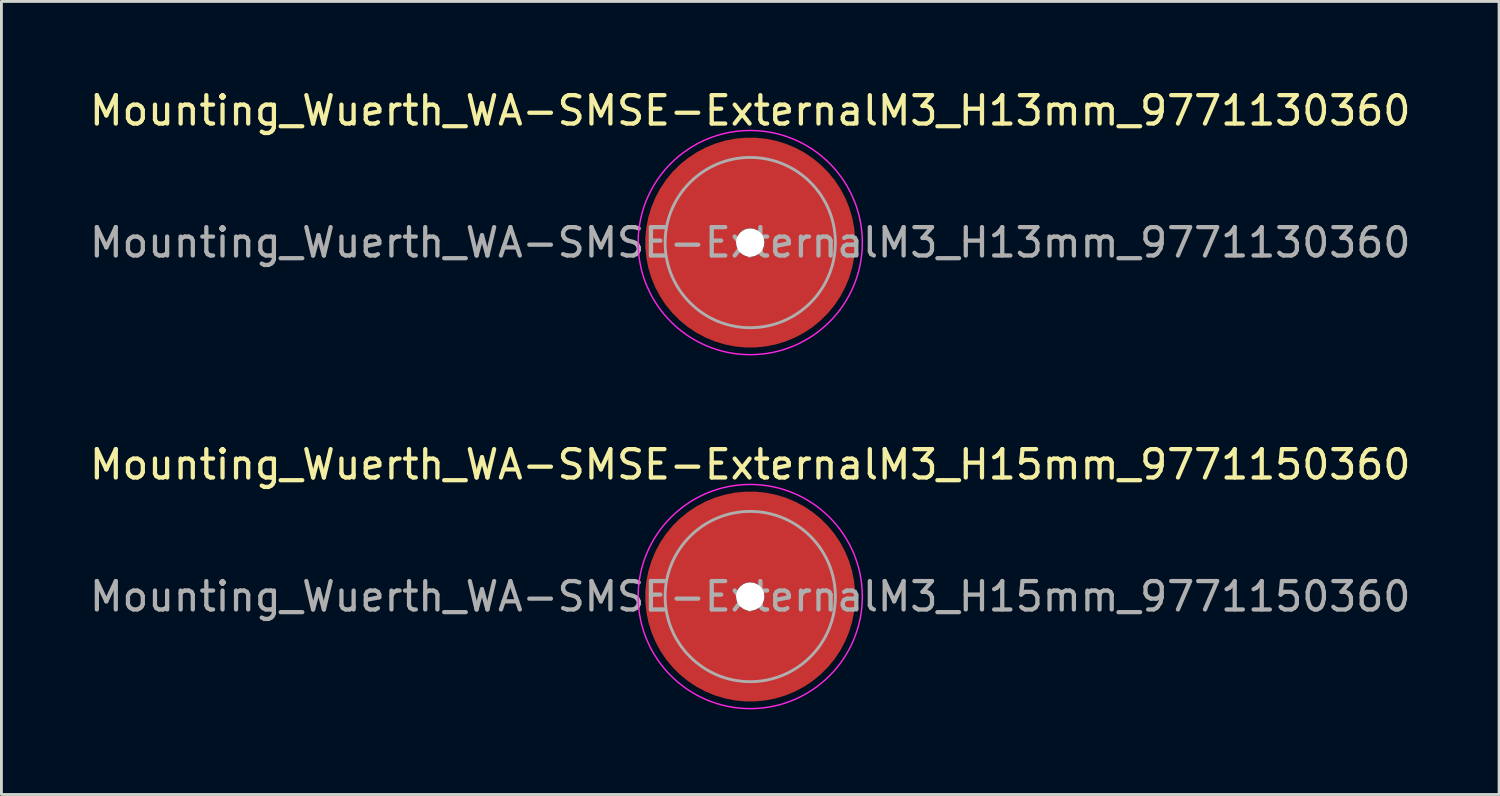
<source format=kicad_pcb>
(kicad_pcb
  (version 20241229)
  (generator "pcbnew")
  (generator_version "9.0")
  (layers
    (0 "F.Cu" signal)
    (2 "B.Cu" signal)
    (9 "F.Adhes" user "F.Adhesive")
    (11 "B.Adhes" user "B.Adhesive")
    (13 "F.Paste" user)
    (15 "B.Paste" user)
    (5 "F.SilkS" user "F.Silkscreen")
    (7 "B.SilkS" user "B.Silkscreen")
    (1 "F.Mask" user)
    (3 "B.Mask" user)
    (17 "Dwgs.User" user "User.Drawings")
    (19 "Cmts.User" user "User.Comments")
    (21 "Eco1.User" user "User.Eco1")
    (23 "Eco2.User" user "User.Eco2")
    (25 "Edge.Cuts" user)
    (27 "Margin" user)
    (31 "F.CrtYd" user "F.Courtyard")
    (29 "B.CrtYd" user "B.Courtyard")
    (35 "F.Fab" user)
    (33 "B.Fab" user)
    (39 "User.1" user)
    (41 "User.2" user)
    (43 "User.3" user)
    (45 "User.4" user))
  (footprint "Mounting_Wuerth_WA-SMSE-ExternalM3_H15mm_9771150360"
    (layer "F.Cu")
    (at 23.387 17.971)
    (property "Reference" "Mounting_Wuerth_WA-SMSE-ExternalM3_H15mm_9771150360" (at 0 -4.65 0) (layer "F.SilkS") (effects (font (size 1 1) (thickness 0.15))))
    (property "Mouser Part no." "" (at 0 0 0) (layer "F.Fab") (effects (font (size 1.27 1.27) (thickness 0.15))))
    (property "Mouser link" "" (at 0 0 0) (layer "F.Fab") (effects (font (size 1.27 1.27) (thickness 0.15))))
    (attr smd)
    (fp_circle (center 0 0) (end 3.95 0) (stroke (width 0.05) (type solid)) (fill no) (layer "F.CrtYd"))
    (fp_circle (center 0 0) (end 3 0) (stroke (width 0.1) (type solid)) (fill no) (layer "F.Fab"))
    (fp_text user "${REFERENCE}" (at 0 0 0) (layer "F.Fab") (effects (font (size 1 1) (thickness 0.15))))
    (pad "" smd custom (at 0 -2.1) (size 2.6 2.6) (layers "F.Paste") (options (anchor circle)) (primitives (gr_arc (start -0.305123 1.47) (mid -0.000513 1.4) (end 0.3042 1.469554) (width 0.2)) (gr_arc (start -0.493052 1.47) (mid -0.000664 1.3) (end 0.492006 1.469183) (width 0.2)) (gr_arc (start -0.642729 1.47) (mid -0.000361 1.2) (end 0.642223 1.469484) (width 0.2)) (gr_arc (start -0.776595 1.47) (mid -0.00087 1.1) (end 0.775497 1.468649) (width 0.2)) (gr_arc (start -0.901721 1.47) (mid -0.00018 1) (end 0.901515 1.469705) (width 0.2)) (gr_arc (start -1.021323 1.47) (mid -0.000665 0.9) (end 1.020624 1.468868) (width 0.2)) (gr_arc (start -1.137146 1.47) (mid -0.000289 0.8) (end 1.136866 1.469495) (width 0.2)) (gr_arc (start -1.25024 1.47) (mid -0.000155 0.7) (end 1.250101 1.469724) (width 0.2)) (gr_arc (start -1.361286 1.47) (mid -0.000403 0.6) (end 1.360947 1.469268) (width 0.2)) (gr_arc (start -1.470748 1.47) (mid -0.000334 0.5) (end 1.470485 1.469386) (width 0.2)) (gr_arc (start -1.578955 1.47) (mid -0.001427 0.400001) (end 1.577895 1.46735) (width 0.2)) (gr_arc (start -1.686149 1.47) (mid -0.000398 0.3) (end 1.68587 1.469254) (width 0.2)) (gr_arc (start -1.792512 1.47) (mid -0.001173 0.200001) (end 1.791733 1.467788) (width 0.2)) (gr_arc (start -1.898183 1.47) (mid -0.001368 0.100001) (end 1.89732 1.467404) (width 0.2)) (gr_arc (start -2.003272 1.47) (mid -0.001554 0.000001) (end 2.002338 1.467036) (width 0.2)) (gr_arc (start -2.107866 1.47) (mid -0.00037 -0.1) (end 2.107654 1.469292) (width 0.2)) (gr_arc (start -2.212035 1.47) (mid -0.00011 -0.2) (end 2.211975 1.469788) (width 0.2)) (gr_arc (start -2.315837 1.47) (mid -0.001322 -0.3) (end 2.315142 1.46745) (width 0.2)) (gr_arc (start -2.419318 1.47) (mid -0.000179 -0.4) (end 2.419228 1.469653) (width 0.2)) (gr_arc (start -2.522519 1.47) (mid -0.001235 -0.5) (end 2.521919 1.467604) (width 0.2)) (gr_arc (start -2.625471 1.47) (mid -0.000311 -0.6) (end 2.625326 1.469395) (width 0.2)) (gr_arc (start -2.728205 1.47) (mid -0.002303 -0.7) (end 2.727165 1.465513) (width 0.2)) (gr_arc (start -2.830742 1.47) (mid -0.000149 -0.8) (end 2.830677 1.469709) (width 0.2)) (gr_arc (start -2.933104 1.47) (mid -0.001447 -0.899999) (end 2.932495 1.46717) (width 0.2)) (gr_arc (start -3.035309 1.47) (mid -0.001317 -1) (end 3.034773 1.467421) (width 0.2)) (gr_arc (start -3.137372 1.47) (mid -0.002554 -1.099999) (end 3.136362 1.464993) (width 0.2)) (gr_arc (start -3.239305 1.47) (mid -0.002543 -1.199999) (end 3.23833 1.465008) (width 0.2)) (gr_arc (start -3.341123 1.47) (mid -0.001289 -1.3) (end 3.340644 1.467467) (width 0.2)) (gr_arc (start -3.442833 1.47) (mid -0.001847 -1.399999) (end 3.442166 1.466366) (width 0.2)) (gr_line (start 0.305 1.47) (end 3.443 1.47) (width 0.2)) (gr_line (start -0.305 1.47) (end -3.443 1.47) (width 0.2))))
    (pad "" np_thru_hole circle (at 0 0) (size 1 1) (drill 1) (layers "*.Cu" "*.Mask"))
    (pad "" smd custom (at 0 2.1) (size 2.6 2.6) (layers "F.Paste") (options (anchor circle)) (primitives (gr_arc (start 0.305123 -1.47) (mid 0.000513 -1.4) (end -0.3042 -1.469554) (width 0.2)) (gr_arc (start 0.493052 -1.47) (mid 0.000664 -1.3) (end -0.492006 -1.469183) (width 0.2)) (gr_arc (start 0.642729 -1.47) (mid 0.000361 -1.2) (end -0.642223 -1.469484) (width 0.2)) (gr_arc (start 0.776595 -1.47) (mid 0.00087 -1.1) (end -0.775497 -1.468649) (width 0.2)) (gr_arc (start 0.901721 -1.47) (mid 0.00018 -1) (end -0.901515 -1.469705) (width 0.2)) (gr_arc (start 1.021323 -1.47) (mid 0.000665 -0.9) (end -1.020624 -1.468868) (width 0.2)) (gr_arc (start 1.137146 -1.47) (mid 0.000289 -0.8) (end -1.136866 -1.469495) (width 0.2)) (gr_arc (start 1.25024 -1.47) (mid 0.000155 -0.7) (end -1.250101 -1.469724) (width 0.2)) (gr_arc (start 1.361286 -1.47) (mid 0.000403 -0.6) (end -1.360947 -1.469268) (width 0.2)) (gr_arc (start 1.470748 -1.47) (mid 0.000334 -0.5) (end -1.470485 -1.469386) (width 0.2)) (gr_arc (start 1.578955 -1.47) (mid 0.001427 -0.400001) (end -1.577895 -1.46735) (width 0.2)) (gr_arc (start 1.686149 -1.47) (mid 0.000398 -0.3) (end -1.68587 -1.469254) (width 0.2)) (gr_arc (start 1.792512 -1.47) (mid 0.001173 -0.200001) (end -1.791733 -1.467788) (width 0.2)) (gr_arc (start 1.898183 -1.47) (mid 0.001368 -0.100001) (end -1.89732 -1.467404) (width 0.2)) (gr_arc (start 2.003272 -1.47) (mid 0.001554 -0.000001) (end -2.002338 -1.467036) (width 0.2)) (gr_arc (start 2.107866 -1.47) (mid 0.00037 0.1) (end -2.107654 -1.469292) (width 0.2)) (gr_arc (start 2.212035 -1.47) (mid 0.00011 0.2) (end -2.211975 -1.469788) (width 0.2)) (gr_arc (start 2.315837 -1.47) (mid 0.001322 0.3) (end -2.315142 -1.46745) (width 0.2)) (gr_arc (start 2.419318 -1.47) (mid 0.000179 0.4) (end -2.419228 -1.469653) (width 0.2)) (gr_arc (start 2.522519 -1.47) (mid 0.001235 0.5) (end -2.521919 -1.467604) (width 0.2)) (gr_arc (start 2.625471 -1.47) (mid 0.000311 0.6) (end -2.625326 -1.469395) (width 0.2)) (gr_arc (start 2.728205 -1.47) (mid 0.002303 0.7) (end -2.727165 -1.465513) (width 0.2)) (gr_arc (start 2.830742 -1.47) (mid 0.000149 0.8) (end -2.830677 -1.469709) (width 0.2)) (gr_arc (start 2.933104 -1.47) (mid 0.001447 0.899999) (end -2.932495 -1.46717) (width 0.2)) (gr_arc (start 3.035309 -1.47) (mid 0.001317 1) (end -3.034773 -1.467421) (width 0.2)) (gr_arc (start 3.137372 -1.47) (mid 0.002554 1.099999) (end -3.136362 -1.464993) (width 0.2)) (gr_arc (start 3.239305 -1.47) (mid 0.002543 1.199999) (end -3.23833 -1.465008) (width 0.2)) (gr_arc (start 3.341123 -1.47) (mid 0.001289 1.3) (end -3.340644 -1.467467) (width 0.2)) (gr_arc (start 3.442833 -1.47) (mid 0.001847 1.399999) (end -3.442166 -1.466366) (width 0.2)) (gr_line (start -0.305 -1.47) (end -3.443 -1.47) (width 0.2)) (gr_line (start 0.305 -1.47) (end 3.443 -1.47) (width 0.2))))
    (pad "1" smd circle (at -2.1 0) (size 2.8 2.8) (layers "F.Cu"))
    (pad "1" smd circle (at 0 -2.1) (size 2.8 2.8) (layers "F.Cu"))
    (pad "1" smd circle (at 0 2.1) (size 2.8 2.8) (layers "F.Cu"))
    (pad "1" smd custom (at 2.1 0) (size 2.8 2.8) (layers "F.Cu" "F.Mask") (options (anchor circle)) (primitives (gr_circle (center -2.1 0) (end 0 0) (width 3.2) (fill no)))))
  (footprint "Mounting_Wuerth_WA-SMSE-ExternalM3_H13mm_9771130360"
    (layer "F.Cu")
    (at 23.387 5.498)
    (property "Reference" "Mounting_Wuerth_WA-SMSE-ExternalM3_H13mm_9771130360" (at 0 -4.65 0) (layer "F.SilkS") (effects (font (size 1 1) (thickness 0.15))))
    (property "Mouser Part no." "" (at 0 0 0) (layer "F.Fab") (effects (font (size 1.27 1.27) (thickness 0.15))))
    (property "Mouser link" "" (at 0 0 0) (layer "F.Fab") (effects (font (size 1.27 1.27) (thickness 0.15))))
    (attr smd)
    (fp_circle (center 0 0) (end 3.95 0) (stroke (width 0.05) (type solid)) (fill no) (layer "F.CrtYd"))
    (fp_circle (center 0 0) (end 3 0) (stroke (width 0.1) (type solid)) (fill no) (layer "F.Fab"))
    (fp_text user "${REFERENCE}" (at 0 0 0) (layer "F.Fab") (effects (font (size 1 1) (thickness 0.15))))
    (pad "" smd custom (at 0 -2.1) (size 2.6 2.6) (layers "F.Paste") (options (anchor circle)) (primitives (gr_arc (start -0.305123 1.47) (mid -0.000513 1.4) (end 0.3042 1.469554) (width 0.2)) (gr_arc (start -0.493052 1.47) (mid -0.000664 1.3) (end 0.492006 1.469183) (width 0.2)) (gr_arc (start -0.642729 1.47) (mid -0.000361 1.2) (end 0.642223 1.469484) (width 0.2)) (gr_arc (start -0.776595 1.47) (mid -0.00087 1.1) (end 0.775497 1.468649) (width 0.2)) (gr_arc (start -0.901721 1.47) (mid -0.00018 1) (end 0.901515 1.469705) (width 0.2)) (gr_arc (start -1.021323 1.47) (mid -0.000665 0.9) (end 1.020624 1.468868) (width 0.2)) (gr_arc (start -1.137146 1.47) (mid -0.000289 0.8) (end 1.136866 1.469495) (width 0.2)) (gr_arc (start -1.25024 1.47) (mid -0.000155 0.7) (end 1.250101 1.469724) (width 0.2)) (gr_arc (start -1.361286 1.47) (mid -0.000403 0.6) (end 1.360947 1.469268) (width 0.2)) (gr_arc (start -1.470748 1.47) (mid -0.000334 0.5) (end 1.470485 1.469386) (width 0.2)) (gr_arc (start -1.578955 1.47) (mid -0.001427 0.400001) (end 1.577895 1.46735) (width 0.2)) (gr_arc (start -1.686149 1.47) (mid -0.000398 0.3) (end 1.68587 1.469254) (width 0.2)) (gr_arc (start -1.792512 1.47) (mid -0.001173 0.200001) (end 1.791733 1.467788) (width 0.2)) (gr_arc (start -1.898183 1.47) (mid -0.001368 0.100001) (end 1.89732 1.467404) (width 0.2)) (gr_arc (start -2.003272 1.47) (mid -0.001554 0.000001) (end 2.002338 1.467036) (width 0.2)) (gr_arc (start -2.107866 1.47) (mid -0.00037 -0.1) (end 2.107654 1.469292) (width 0.2)) (gr_arc (start -2.212035 1.47) (mid -0.00011 -0.2) (end 2.211975 1.469788) (width 0.2)) (gr_arc (start -2.315837 1.47) (mid -0.001322 -0.3) (end 2.315142 1.46745) (width 0.2)) (gr_arc (start -2.419318 1.47) (mid -0.000179 -0.4) (end 2.419228 1.469653) (width 0.2)) (gr_arc (start -2.522519 1.47) (mid -0.001235 -0.5) (end 2.521919 1.467604) (width 0.2)) (gr_arc (start -2.625471 1.47) (mid -0.000311 -0.6) (end 2.625326 1.469395) (width 0.2)) (gr_arc (start -2.728205 1.47) (mid -0.002303 -0.7) (end 2.727165 1.465513) (width 0.2)) (gr_arc (start -2.830742 1.47) (mid -0.000149 -0.8) (end 2.830677 1.469709) (width 0.2)) (gr_arc (start -2.933104 1.47) (mid -0.001447 -0.899999) (end 2.932495 1.46717) (width 0.2)) (gr_arc (start -3.035309 1.47) (mid -0.001317 -1) (end 3.034773 1.467421) (width 0.2)) (gr_arc (start -3.137372 1.47) (mid -0.002554 -1.099999) (end 3.136362 1.464993) (width 0.2)) (gr_arc (start -3.239305 1.47) (mid -0.002543 -1.199999) (end 3.23833 1.465008) (width 0.2)) (gr_arc (start -3.341123 1.47) (mid -0.001289 -1.3) (end 3.340644 1.467467) (width 0.2)) (gr_arc (start -3.442833 1.47) (mid -0.001847 -1.399999) (end 3.442166 1.466366) (width 0.2)) (gr_line (start 0.305 1.47) (end 3.443 1.47) (width 0.2)) (gr_line (start -0.305 1.47) (end -3.443 1.47) (width 0.2))))
    (pad "" np_thru_hole circle (at 0 0) (size 1 1) (drill 1) (layers "*.Cu" "*.Mask"))
    (pad "" smd custom (at 0 2.1) (size 2.6 2.6) (layers "F.Paste") (options (anchor circle)) (primitives (gr_arc (start 0.305123 -1.47) (mid 0.000513 -1.4) (end -0.3042 -1.469554) (width 0.2)) (gr_arc (start 0.493052 -1.47) (mid 0.000664 -1.3) (end -0.492006 -1.469183) (width 0.2)) (gr_arc (start 0.642729 -1.47) (mid 0.000361 -1.2) (end -0.642223 -1.469484) (width 0.2)) (gr_arc (start 0.776595 -1.47) (mid 0.00087 -1.1) (end -0.775497 -1.468649) (width 0.2)) (gr_arc (start 0.901721 -1.47) (mid 0.00018 -1) (end -0.901515 -1.469705) (width 0.2)) (gr_arc (start 1.021323 -1.47) (mid 0.000665 -0.9) (end -1.020624 -1.468868) (width 0.2)) (gr_arc (start 1.137146 -1.47) (mid 0.000289 -0.8) (end -1.136866 -1.469495) (width 0.2)) (gr_arc (start 1.25024 -1.47) (mid 0.000155 -0.7) (end -1.250101 -1.469724) (width 0.2)) (gr_arc (start 1.361286 -1.47) (mid 0.000403 -0.6) (end -1.360947 -1.469268) (width 0.2)) (gr_arc (start 1.470748 -1.47) (mid 0.000334 -0.5) (end -1.470485 -1.469386) (width 0.2)) (gr_arc (start 1.578955 -1.47) (mid 0.001427 -0.400001) (end -1.577895 -1.46735) (width 0.2)) (gr_arc (start 1.686149 -1.47) (mid 0.000398 -0.3) (end -1.68587 -1.469254) (width 0.2)) (gr_arc (start 1.792512 -1.47) (mid 0.001173 -0.200001) (end -1.791733 -1.467788) (width 0.2)) (gr_arc (start 1.898183 -1.47) (mid 0.001368 -0.100001) (end -1.89732 -1.467404) (width 0.2)) (gr_arc (start 2.003272 -1.47) (mid 0.001554 -0.000001) (end -2.002338 -1.467036) (width 0.2)) (gr_arc (start 2.107866 -1.47) (mid 0.00037 0.1) (end -2.107654 -1.469292) (width 0.2)) (gr_arc (start 2.212035 -1.47) (mid 0.00011 0.2) (end -2.211975 -1.469788) (width 0.2)) (gr_arc (start 2.315837 -1.47) (mid 0.001322 0.3) (end -2.315142 -1.46745) (width 0.2)) (gr_arc (start 2.419318 -1.47) (mid 0.000179 0.4) (end -2.419228 -1.469653) (width 0.2)) (gr_arc (start 2.522519 -1.47) (mid 0.001235 0.5) (end -2.521919 -1.467604) (width 0.2)) (gr_arc (start 2.625471 -1.47) (mid 0.000311 0.6) (end -2.625326 -1.469395) (width 0.2)) (gr_arc (start 2.728205 -1.47) (mid 0.002303 0.7) (end -2.727165 -1.465513) (width 0.2)) (gr_arc (start 2.830742 -1.47) (mid 0.000149 0.8) (end -2.830677 -1.469709) (width 0.2)) (gr_arc (start 2.933104 -1.47) (mid 0.001447 0.899999) (end -2.932495 -1.46717) (width 0.2)) (gr_arc (start 3.035309 -1.47) (mid 0.001317 1) (end -3.034773 -1.467421) (width 0.2)) (gr_arc (start 3.137372 -1.47) (mid 0.002554 1.099999) (end -3.136362 -1.464993) (width 0.2)) (gr_arc (start 3.239305 -1.47) (mid 0.002543 1.199999) (end -3.23833 -1.465008) (width 0.2)) (gr_arc (start 3.341123 -1.47) (mid 0.001289 1.3) (end -3.340644 -1.467467) (width 0.2)) (gr_arc (start 3.442833 -1.47) (mid 0.001847 1.399999) (end -3.442166 -1.466366) (width 0.2)) (gr_line (start -0.305 -1.47) (end -3.443 -1.47) (width 0.2)) (gr_line (start 0.305 -1.47) (end 3.443 -1.47) (width 0.2))))
    (pad "1" smd circle (at -2.1 0) (size 2.8 2.8) (layers "F.Cu"))
    (pad "1" smd circle (at 0 -2.1) (size 2.8 2.8) (layers "F.Cu"))
    (pad "1" smd circle (at 0 2.1) (size 2.8 2.8) (layers "F.Cu"))
    (pad "1" smd custom (at 2.1 0) (size 2.8 2.8) (layers "F.Cu" "F.Mask") (options (anchor circle)) (primitives (gr_circle (center -2.1 0) (end 0 0) (width 3.2) (fill no)))))
  (gr_rect
    (start -3 -3)
    (end 49.774 24.947)
    (stroke (width 0.1) (type default))
    (fill no)
    (layer "Edge.Cuts")))
</source>
